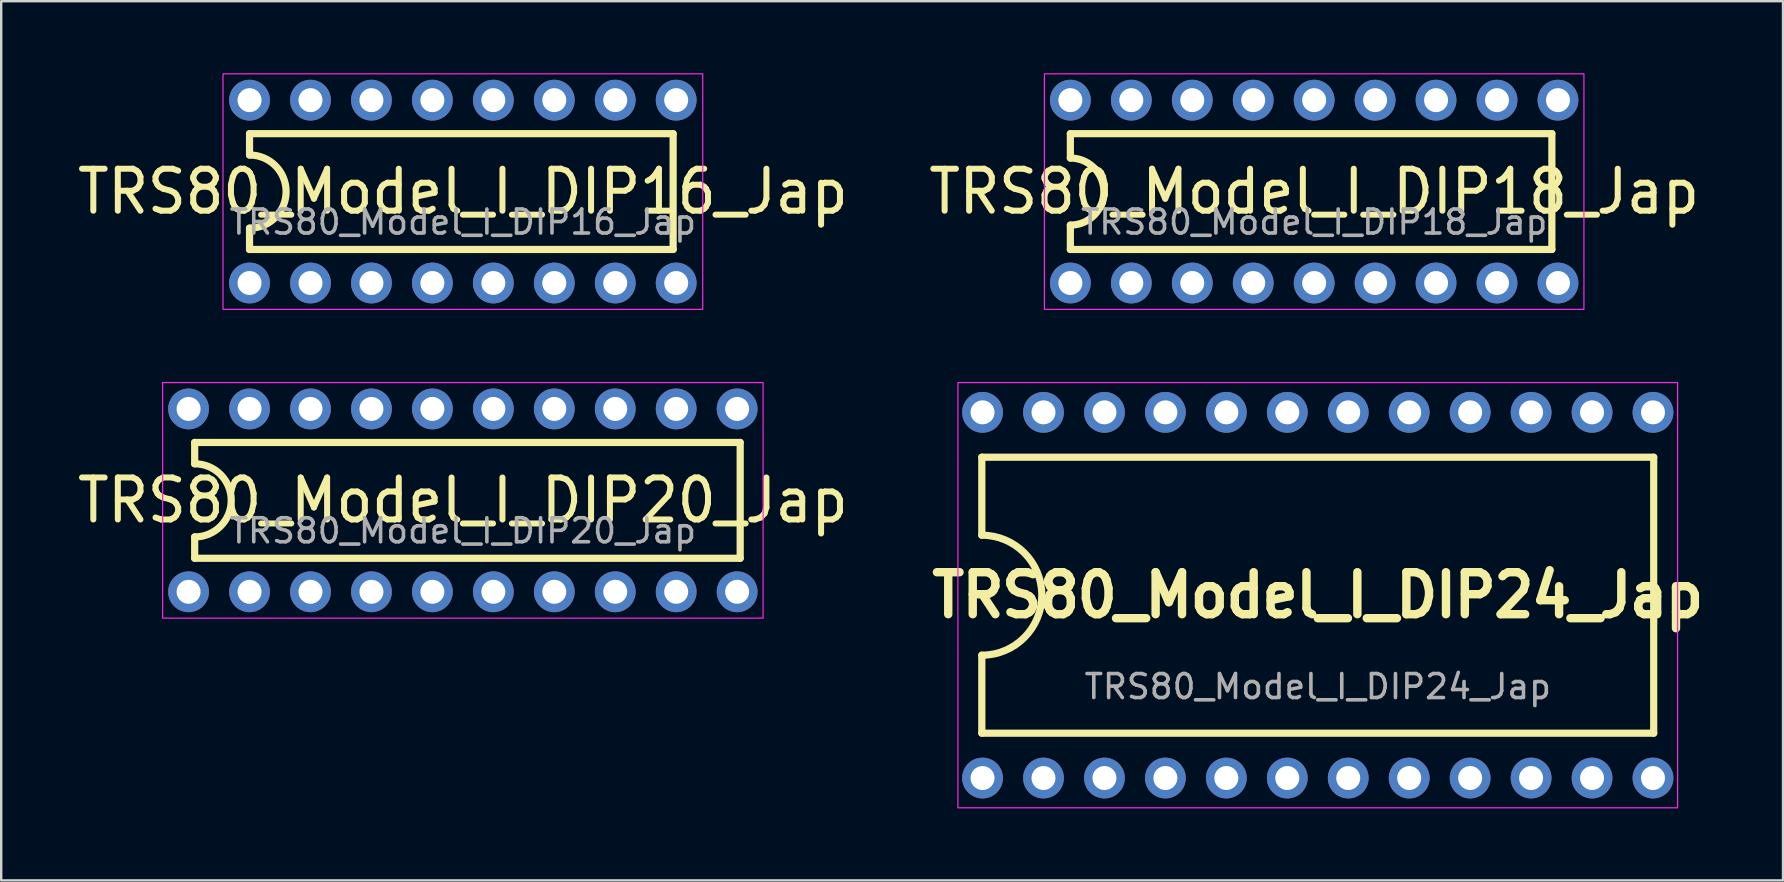
<source format=kicad_pcb>
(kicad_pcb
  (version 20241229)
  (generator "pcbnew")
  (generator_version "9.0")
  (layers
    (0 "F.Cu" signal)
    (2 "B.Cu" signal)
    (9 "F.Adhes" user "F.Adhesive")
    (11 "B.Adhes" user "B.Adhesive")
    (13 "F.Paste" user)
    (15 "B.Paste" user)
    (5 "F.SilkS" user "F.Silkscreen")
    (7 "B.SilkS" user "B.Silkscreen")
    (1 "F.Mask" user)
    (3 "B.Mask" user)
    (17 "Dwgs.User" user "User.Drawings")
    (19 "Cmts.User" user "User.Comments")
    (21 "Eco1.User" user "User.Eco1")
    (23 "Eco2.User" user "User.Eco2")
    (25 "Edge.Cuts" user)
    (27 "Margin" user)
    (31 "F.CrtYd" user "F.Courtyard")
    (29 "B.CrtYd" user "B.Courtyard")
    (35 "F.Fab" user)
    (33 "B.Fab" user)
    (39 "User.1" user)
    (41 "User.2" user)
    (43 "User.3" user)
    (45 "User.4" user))
  (footprint "TRS80_Model_I_DIP18_Jap"
    (layer "F.Cu")
    (at 51.716 4.934)
    (property "Reference" "TRS80_Model_I_DIP18_Jap" (at 0 0 0) (unlocked yes) (layer "F.SilkS") (effects (font (size 1.75 1.65) (thickness 0.25))))
    (attr through_hole)
    (fp_line (start -10.16 -2.413) (end 9.906 -2.413) (stroke (width 0.3) (type solid)) (layer "F.SilkS"))
    (fp_line (start -10.16 -1.397) (end -10.16 -2.413) (stroke (width 0.3) (type solid)) (layer "F.SilkS"))
    (fp_line (start -10.16 2.413) (end -10.16 1.397) (stroke (width 0.3) (type solid)) (layer "F.SilkS"))
    (fp_line (start -10.16 2.413) (end 9.906 2.413) (stroke (width 0.3) (type solid)) (layer "F.SilkS"))
    (fp_line (start 9.906 -2.413) (end 9.906 2.413) (stroke (width 0.3) (type solid)) (layer "F.SilkS"))
    (fp_arc (start -10.16 -1.397) (mid -8.763 0) (end -10.16 1.397) (stroke (width 0.3) (type solid)) (layer "F.SilkS"))
    (fp_rect (start -11.242 -4.909) (end 11.242 4.909) (stroke (width 0.05) (type default)) (fill no) (layer "F.CrtYd"))
    (fp_text user "${REFERENCE}" (at 0 1.27 0) (unlocked yes) (layer "F.Fab") (effects (font (size 1 1) (thickness 0.15))))
    (pad "1" thru_hole circle (at -10.16 3.81) (size 1.7 1.7) (drill 1) (layers "*.Cu" "*.Mask"))
    (pad "2" thru_hole circle (at -7.62 3.81) (size 1.7 1.7) (drill 1) (layers "*.Cu" "*.Mask"))
    (pad "3" thru_hole circle (at -5.08 3.81) (size 1.7 1.7) (drill 1) (layers "*.Cu" "*.Mask"))
    (pad "4" thru_hole circle (at -2.54 3.81) (size 1.7 1.7) (drill 1) (layers "*.Cu" "*.Mask"))
    (pad "5" thru_hole circle (at 0 3.81) (size 1.7 1.7) (drill 1) (layers "*.Cu" "*.Mask"))
    (pad "6" thru_hole circle (at 2.54 3.81) (size 1.7 1.7) (drill 1) (layers "*.Cu" "*.Mask"))
    (pad "7" thru_hole circle (at 5.08 3.81) (size 1.7 1.7) (drill 1) (layers "*.Cu" "*.Mask"))
    (pad "8" thru_hole circle (at 7.62 3.81) (size 1.7 1.7) (drill 1) (layers "*.Cu" "*.Mask"))
    (pad "9" thru_hole circle (at 10.16 3.81) (size 1.7 1.7) (drill 1) (layers "*.Cu" "*.Mask"))
    (pad "10" thru_hole circle (at 10.16 -3.81) (size 1.7 1.7) (drill 1) (layers "*.Cu" "*.Mask"))
    (pad "11" thru_hole circle (at 7.62 -3.81) (size 1.7 1.7) (drill 1) (layers "*.Cu" "*.Mask"))
    (pad "12" thru_hole circle (at 5.08 -3.81) (size 1.7 1.7) (drill 1) (layers "*.Cu" "*.Mask"))
    (pad "13" thru_hole circle (at 2.54 -3.81) (size 1.7 1.7) (drill 1) (layers "*.Cu" "*.Mask"))
    (pad "14" thru_hole circle (at 0 -3.81) (size 1.7 1.7) (drill 1) (layers "*.Cu" "*.Mask"))
    (pad "15" thru_hole circle (at -2.54 -3.81) (size 1.7 1.7) (drill 1) (layers "*.Cu" "*.Mask"))
    (pad "16" thru_hole circle (at -5.08 -3.81) (size 1.7 1.7) (drill 1) (layers "*.Cu" "*.Mask"))
    (pad "17" thru_hole circle (at -7.62 -3.81) (size 1.7 1.7) (drill 1) (layers "*.Cu" "*.Mask"))
    (pad "18" thru_hole circle (at -10.16 -3.81) (size 1.7 1.7) (drill 1) (layers "*.Cu" "*.Mask")))
  (footprint "TRS80_Model_I_DIP24_Jap"
    (layer "F.Cu")
    (at 51.866 21.754)
    (property "Reference" "TRS80_Model_I_DIP24_Jap" (at 0 0 0) (unlocked yes) (layer "F.SilkS") (effects (font (size 1.75 1.65) (thickness 0.35) (bold yes))))
    (attr through_hole)
    (fp_line (start -14 -2.5) (end -14 -5.75) (stroke (width 0.3) (type solid)) (layer "F.SilkS"))
    (fp_line (start -14 5.75) (end -14 2.5) (stroke (width 0.3) (type solid)) (layer "F.SilkS"))
    (fp_line (start 14 -5.75) (end -14 -5.75) (stroke (width 0.3) (type solid)) (layer "F.SilkS"))
    (fp_line (start 14 5.75) (end -14 5.75) (stroke (width 0.3) (type solid)) (layer "F.SilkS"))
    (fp_line (start 14 5.75) (end 14 -5.75) (stroke (width 0.3) (type solid)) (layer "F.SilkS"))
    (fp_arc (start -14 -2.5) (mid -11.5 0) (end -14 2.5) (stroke (width 0.3) (type solid)) (layer "F.SilkS"))
    (fp_rect (start -14.996 -8.861) (end 14.996 8.861) (stroke (width 0.05) (type default)) (fill no) (layer "F.CrtYd"))
    (fp_text user "${REFERENCE}" (at 0 3.81 0) (unlocked yes) (layer "F.Fab") (effects (font (size 1 1) (thickness 0.15))))
    (pad "1" thru_hole circle (at -13.97 7.62) (size 1.7 1.7) (drill 1) (layers "*.Cu" "*.Mask"))
    (pad "2" thru_hole circle (at -11.43 7.62) (size 1.7 1.7) (drill 1) (layers "*.Cu" "*.Mask"))
    (pad "3" thru_hole circle (at -8.89 7.62) (size 1.7 1.7) (drill 1) (layers "*.Cu" "*.Mask"))
    (pad "4" thru_hole circle (at -6.35 7.62) (size 1.7 1.7) (drill 1) (layers "*.Cu" "*.Mask"))
    (pad "5" thru_hole circle (at -3.81 7.62) (size 1.7 1.7) (drill 1) (layers "*.Cu" "*.Mask"))
    (pad "6" thru_hole circle (at -1.27 7.62) (size 1.7 1.7) (drill 1) (layers "*.Cu" "*.Mask"))
    (pad "7" thru_hole circle (at 1.27 7.62) (size 1.7 1.7) (drill 1) (layers "*.Cu" "*.Mask"))
    (pad "8" thru_hole circle (at 3.81 7.62) (size 1.7 1.7) (drill 1) (layers "*.Cu" "*.Mask"))
    (pad "9" thru_hole circle (at 6.35 7.62) (size 1.7 1.7) (drill 1) (layers "*.Cu" "*.Mask"))
    (pad "10" thru_hole circle (at 8.89 7.62) (size 1.7 1.7) (drill 1) (layers "*.Cu" "*.Mask"))
    (pad "11" thru_hole circle (at 11.43 7.62) (size 1.7 1.7) (drill 1) (layers "*.Cu" "*.Mask"))
    (pad "12" thru_hole circle (at 13.97 7.62) (size 1.7 1.7) (drill 1) (layers "*.Cu" "*.Mask"))
    (pad "13" thru_hole circle (at 13.97 -7.62) (size 1.7 1.7) (drill 1) (layers "*.Cu" "*.Mask"))
    (pad "14" thru_hole circle (at 11.43 -7.62) (size 1.7 1.7) (drill 1) (layers "*.Cu" "*.Mask"))
    (pad "15" thru_hole circle (at 8.89 -7.62) (size 1.7 1.7) (drill 1) (layers "*.Cu" "*.Mask"))
    (pad "16" thru_hole circle (at 6.35 -7.62) (size 1.7 1.7) (drill 1) (layers "*.Cu" "*.Mask"))
    (pad "17" thru_hole circle (at 3.81 -7.62) (size 1.7 1.7) (drill 1) (layers "*.Cu" "*.Mask"))
    (pad "18" thru_hole circle (at 1.27 -7.62) (size 1.7 1.7) (drill 1) (layers "*.Cu" "*.Mask"))
    (pad "19" thru_hole circle (at -1.27 -7.62) (size 1.7 1.7) (drill 1) (layers "*.Cu" "*.Mask"))
    (pad "20" thru_hole circle (at -3.81 -7.62) (size 1.7 1.7) (drill 1) (layers "*.Cu" "*.Mask"))
    (pad "21" thru_hole circle (at -6.35 -7.62) (size 1.7 1.7) (drill 1) (layers "*.Cu" "*.Mask"))
    (pad "22" thru_hole circle (at -8.89 -7.62) (size 1.7 1.7) (drill 1) (layers "*.Cu" "*.Mask"))
    (pad "23" thru_hole circle (at -11.43 -7.62) (size 1.7 1.7) (drill 1) (layers "*.Cu" "*.Mask"))
    (pad "24" thru_hole circle (at -13.97 -7.62) (size 1.7 1.7) (drill 1) (layers "*.Cu" "*.Mask")))
  (footprint "TRS80_Model_I_DIP16_Jap"
    (layer "F.Cu")
    (at 16.239 4.934)
    (property "Reference" "TRS80_Model_I_DIP16_Jap" (at 0 0 0) (unlocked yes) (layer "F.SilkS") (effects (font (size 1.75 1.65) (thickness 0.25))))
    (attr through_hole)
    (fp_line (start -8.89 -2.413) (end 8.763 -2.413) (stroke (width 0.3) (type solid)) (layer "F.SilkS"))
    (fp_line (start -8.89 -1.524) (end -8.89 -2.413) (stroke (width 0.3) (type solid)) (layer "F.SilkS"))
    (fp_line (start -8.89 2.413) (end -8.89 1.524) (stroke (width 0.3) (type solid)) (layer "F.SilkS"))
    (fp_line (start -8.89 2.413) (end 8.763 2.413) (stroke (width 0.3) (type solid)) (layer "F.SilkS"))
    (fp_line (start 8.763 -2.413) (end 8.763 2.413) (stroke (width 0.3) (type solid)) (layer "F.SilkS"))
    (fp_arc (start -8.89 -1.524) (mid -7.366 0) (end -8.89 1.524) (stroke (width 0.3) (type solid)) (layer "F.SilkS"))
    (fp_rect (start -9.996 -4.909) (end 9.996 4.909) (stroke (width 0.05) (type default)) (fill no) (layer "F.CrtYd"))
    (fp_text user "${REFERENCE}" (at 0 1.27 0) (unlocked yes) (layer "F.Fab") (effects (font (size 1 1) (thickness 0.15))))
    (pad "1" thru_hole circle (at -8.89 3.81) (size 1.7 1.7) (drill 1) (layers "*.Cu" "*.Mask"))
    (pad "2" thru_hole circle (at -6.35 3.81) (size 1.7 1.7) (drill 1) (layers "*.Cu" "*.Mask"))
    (pad "3" thru_hole circle (at -3.81 3.81) (size 1.7 1.7) (drill 1) (layers "*.Cu" "*.Mask"))
    (pad "4" thru_hole circle (at -1.27 3.81) (size 1.7 1.7) (drill 1) (layers "*.Cu" "*.Mask"))
    (pad "5" thru_hole circle (at 1.27 3.81) (size 1.7 1.7) (drill 1) (layers "*.Cu" "*.Mask"))
    (pad "6" thru_hole circle (at 3.81 3.81) (size 1.7 1.7) (drill 1) (layers "*.Cu" "*.Mask"))
    (pad "7" thru_hole circle (at 6.35 3.81) (size 1.7 1.7) (drill 1) (layers "*.Cu" "*.Mask"))
    (pad "8" thru_hole circle (at 8.89 3.81) (size 1.7 1.7) (drill 1) (layers "*.Cu" "*.Mask"))
    (pad "9" thru_hole circle (at 8.89 -3.81) (size 1.7 1.7) (drill 1) (layers "*.Cu" "*.Mask"))
    (pad "10" thru_hole circle (at 6.35 -3.81) (size 1.7 1.7) (drill 1) (layers "*.Cu" "*.Mask"))
    (pad "11" thru_hole circle (at 3.81 -3.81) (size 1.7 1.7) (drill 1) (layers "*.Cu" "*.Mask"))
    (pad "12" thru_hole circle (at 1.27 -3.81) (size 1.7 1.7) (drill 1) (layers "*.Cu" "*.Mask"))
    (pad "13" thru_hole circle (at -1.27 -3.81) (size 1.7 1.7) (drill 1) (layers "*.Cu" "*.Mask"))
    (pad "14" thru_hole circle (at -3.81 -3.81) (size 1.7 1.7) (drill 1) (layers "*.Cu" "*.Mask"))
    (pad "15" thru_hole circle (at -6.35 -3.81) (size 1.7 1.7) (drill 1) (layers "*.Cu" "*.Mask"))
    (pad "16" thru_hole circle (at -8.89 -3.81) (size 1.7 1.7) (drill 1) (layers "*.Cu" "*.Mask")))
  (footprint "TRS80_Model_I_DIP20_Jap"
    (layer "F.Cu")
    (at 16.239 17.802)
    (property "Reference" "TRS80_Model_I_DIP20_Jap" (at 0 0 0) (unlocked yes) (layer "F.SilkS") (effects (font (size 1.75 1.65) (thickness 0.25))))
    (attr through_hole)
    (fp_line (start -11.176 -2.413) (end -11.176 -1.524) (stroke (width 0.3) (type solid)) (layer "F.SilkS"))
    (fp_line (start -11.176 -2.413) (end 11.557 -2.413) (stroke (width 0.3) (type solid)) (layer "F.SilkS"))
    (fp_line (start -11.176 1.524) (end -11.176 2.413) (stroke (width 0.3) (type solid)) (layer "F.SilkS"))
    (fp_line (start -11.176 2.413) (end 11.557 2.413) (stroke (width 0.3) (type solid)) (layer "F.SilkS"))
    (fp_line (start 11.557 -2.413) (end 11.557 2.413) (stroke (width 0.3) (type solid)) (layer "F.SilkS"))
    (fp_arc (start -11.176 -1.524) (mid -9.652 0) (end -11.176 1.524) (stroke (width 0.3) (type solid)) (layer "F.SilkS"))
    (fp_rect (start -12.512 -4.909) (end 12.512 4.909) (stroke (width 0.05) (type default)) (fill no) (layer "F.CrtYd"))
    (fp_text user "${REFERENCE}" (at 0 1.27 0) (unlocked yes) (layer "F.Fab") (effects (font (size 1 1) (thickness 0.15))))
    (pad "1" thru_hole circle (at -11.43 3.81) (size 1.7 1.7) (drill 1) (layers "*.Cu" "*.Mask"))
    (pad "2" thru_hole circle (at -8.89 3.81) (size 1.7 1.7) (drill 1) (layers "*.Cu" "*.Mask"))
    (pad "3" thru_hole circle (at -6.35 3.81) (size 1.7 1.7) (drill 1) (layers "*.Cu" "*.Mask"))
    (pad "4" thru_hole circle (at -3.81 3.81) (size 1.7 1.7) (drill 1) (layers "*.Cu" "*.Mask"))
    (pad "5" thru_hole circle (at -1.27 3.81) (size 1.7 1.7) (drill 1) (layers "*.Cu" "*.Mask"))
    (pad "6" thru_hole circle (at 1.27 3.81) (size 1.7 1.7) (drill 1) (layers "*.Cu" "*.Mask"))
    (pad "7" thru_hole circle (at 3.81 3.81) (size 1.7 1.7) (drill 1) (layers "*.Cu" "*.Mask"))
    (pad "8" thru_hole circle (at 6.35 3.81) (size 1.7 1.7) (drill 1) (layers "*.Cu" "*.Mask"))
    (pad "9" thru_hole circle (at 8.89 3.81) (size 1.7 1.7) (drill 1) (layers "*.Cu" "*.Mask"))
    (pad "10" thru_hole circle (at 11.43 3.81) (size 1.7 1.7) (drill 1) (layers "*.Cu" "*.Mask"))
    (pad "11" thru_hole circle (at 11.43 -3.81) (size 1.7 1.7) (drill 1) (layers "*.Cu" "*.Mask"))
    (pad "12" thru_hole circle (at 8.89 -3.81) (size 1.7 1.7) (drill 1) (layers "*.Cu" "*.Mask"))
    (pad "13" thru_hole circle (at 6.35 -3.81) (size 1.7 1.7) (drill 1) (layers "*.Cu" "*.Mask"))
    (pad "14" thru_hole circle (at 3.81 -3.81) (size 1.7 1.7) (drill 1) (layers "*.Cu" "*.Mask"))
    (pad "15" thru_hole circle (at 1.27 -3.81) (size 1.7 1.7) (drill 1) (layers "*.Cu" "*.Mask"))
    (pad "16" thru_hole circle (at -1.27 -3.81) (size 1.7 1.7) (drill 1) (layers "*.Cu" "*.Mask"))
    (pad "17" thru_hole circle (at -3.81 -3.81) (size 1.7 1.7) (drill 1) (layers "*.Cu" "*.Mask"))
    (pad "18" thru_hole circle (at -6.35 -3.81) (size 1.7 1.7) (drill 1) (layers "*.Cu" "*.Mask"))
    (pad "19" thru_hole circle (at -8.89 -3.81) (size 1.7 1.7) (drill 1) (layers "*.Cu" "*.Mask"))
    (pad "20" thru_hole circle (at -11.43 -3.81) (size 1.7 1.7) (drill 1) (layers "*.Cu" "*.Mask")))
  (gr_rect
    (start -3 -3)
    (end 71.254 33.64)
    (stroke (width 0.1) (type default))
    (fill no)
    (layer "Edge.Cuts")))
</source>
